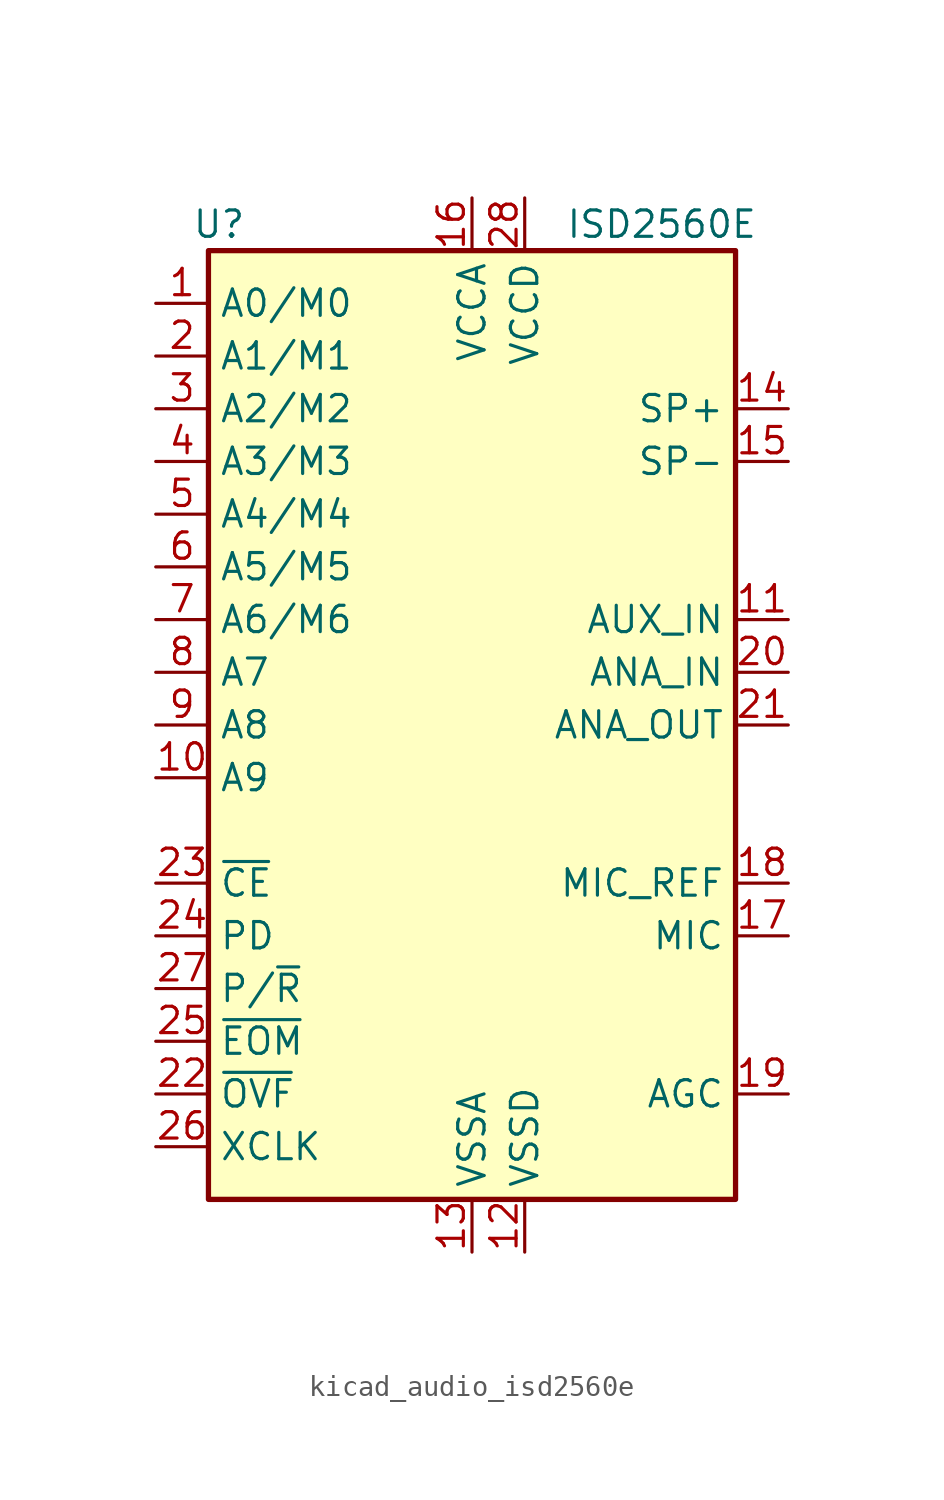
<source format=kicad_sym>
(kicad_symbol_lib
  (version 20220914)
  (generator kicad_symbol_editor)
  (symbol "kicad_audio_isd2560e"
    (property "Reference" "U"
      (at -12.192 24.13 0)
      (effects (font (size 1.27 1.27))))
    (property "Value" "ISD2560E"
      (at 9.144 24.13 0)
      (effects (font (size 1.27 1.27))))
    (symbol "kicad_audio_isd2560e_0_1"
      (rectangle (start -12.7 22.86) (end 12.7 -22.86) (stroke (width 0.254) (type default)) (fill (type background))))
    (symbol "kicad_audio_isd2560e_1_1"
      (pin input line (at -15.24 20.32 0) (length 2.54) (name "A0/M0" (effects (font (size 1.27 1.27)))) (number "1" (effects (font (size 1.27 1.27)))))
      (pin input line (at -15.24 -2.54 0) (length 2.54) (name "A9" (effects (font (size 1.27 1.27)))) (number "10" (effects (font (size 1.27 1.27)))))
      (pin input line (at 15.24 5.08 180) (length 2.54) (name "AUX_IN" (effects (font (size 1.27 1.27)))) (number "11" (effects (font (size 1.27 1.27)))))
      (pin power_in line (at 2.54 -25.4 90) (length 2.54) (name "VSSD" (effects (font (size 1.27 1.27)))) (number "12" (effects (font (size 1.27 1.27)))))
      (pin power_in line (at 0 -25.4 90) (length 2.54) (name "VSSA" (effects (font (size 1.27 1.27)))) (number "13" (effects (font (size 1.27 1.27)))))
      (pin output line (at 15.24 15.24 180) (length 2.54) (name "SP+" (effects (font (size 1.27 1.27)))) (number "14" (effects (font (size 1.27 1.27)))))
      (pin output line (at 15.24 12.7 180) (length 2.54) (name "SP-" (effects (font (size 1.27 1.27)))) (number "15" (effects (font (size 1.27 1.27)))))
      (pin power_in line (at 0 25.4 270) (length 2.54) (name "VCCA" (effects (font (size 1.27 1.27)))) (number "16" (effects (font (size 1.27 1.27)))))
      (pin input line (at 15.24 -10.16 180) (length 2.54) (name "MIC" (effects (font (size 1.27 1.27)))) (number "17" (effects (font (size 1.27 1.27)))))
      (pin passive line (at 15.24 -7.62 180) (length 2.54) (name "MIC_REF" (effects (font (size 1.27 1.27)))) (number "18" (effects (font (size 1.27 1.27)))))
      (pin passive line (at 15.24 -17.78 180) (length 2.54) (name "AGC" (effects (font (size 1.27 1.27)))) (number "19" (effects (font (size 1.27 1.27)))))
      (pin input line (at -15.24 17.78 0) (length 2.54) (name "A1/M1" (effects (font (size 1.27 1.27)))) (number "2" (effects (font (size 1.27 1.27)))))
      (pin input line (at 15.24 2.54 180) (length 2.54) (name "ANA_IN" (effects (font (size 1.27 1.27)))) (number "20" (effects (font (size 1.27 1.27)))))
      (pin output line (at 15.24 0 180) (length 2.54) (name "ANA_OUT" (effects (font (size 1.27 1.27)))) (number "21" (effects (font (size 1.27 1.27)))))
      (pin output line (at -15.24 -17.78 0) (length 2.54) (name "~{OVF}" (effects (font (size 1.27 1.27)))) (number "22" (effects (font (size 1.27 1.27)))))
      (pin input line (at -15.24 -7.62 0) (length 2.54) (name "~{CE}" (effects (font (size 1.27 1.27)))) (number "23" (effects (font (size 1.27 1.27)))))
      (pin input line (at -15.24 -10.16 0) (length 2.54) (name "PD" (effects (font (size 1.27 1.27)))) (number "24" (effects (font (size 1.27 1.27)))))
      (pin output line (at -15.24 -15.24 0) (length 2.54) (name "~{EOM}" (effects (font (size 1.27 1.27)))) (number "25" (effects (font (size 1.27 1.27)))))
      (pin input line (at -15.24 -20.32 0) (length 2.54) (name "XCLK" (effects (font (size 1.27 1.27)))) (number "26" (effects (font (size 1.27 1.27)))))
      (pin input line (at -15.24 -12.7 0) (length 2.54) (name "P/~{R}" (effects (font (size 1.27 1.27)))) (number "27" (effects (font (size 1.27 1.27)))))
      (pin power_in line (at 2.54 25.4 270) (length 2.54) (name "VCCD" (effects (font (size 1.27 1.27)))) (number "28" (effects (font (size 1.27 1.27)))))
      (pin input line (at -15.24 15.24 0) (length 2.54) (name "A2/M2" (effects (font (size 1.27 1.27)))) (number "3" (effects (font (size 1.27 1.27)))))
      (pin input line (at -15.24 12.7 0) (length 2.54) (name "A3/M3" (effects (font (size 1.27 1.27)))) (number "4" (effects (font (size 1.27 1.27)))))
      (pin input line (at -15.24 10.16 0) (length 2.54) (name "A4/M4" (effects (font (size 1.27 1.27)))) (number "5" (effects (font (size 1.27 1.27)))))
      (pin input line (at -15.24 7.62 0) (length 2.54) (name "A5/M5" (effects (font (size 1.27 1.27)))) (number "6" (effects (font (size 1.27 1.27)))))
      (pin input line (at -15.24 5.08 0) (length 2.54) (name "A6/M6" (effects (font (size 1.27 1.27)))) (number "7" (effects (font (size 1.27 1.27)))))
      (pin input line (at -15.24 2.54 0) (length 2.54) (name "A7" (effects (font (size 1.27 1.27)))) (number "8" (effects (font (size 1.27 1.27)))))
      (pin input line (at -15.24 0 0) (length 2.54) (name "A8" (effects (font (size 1.27 1.27)))) (number "9" (effects (font (size 1.27 1.27))))))))
</source>
